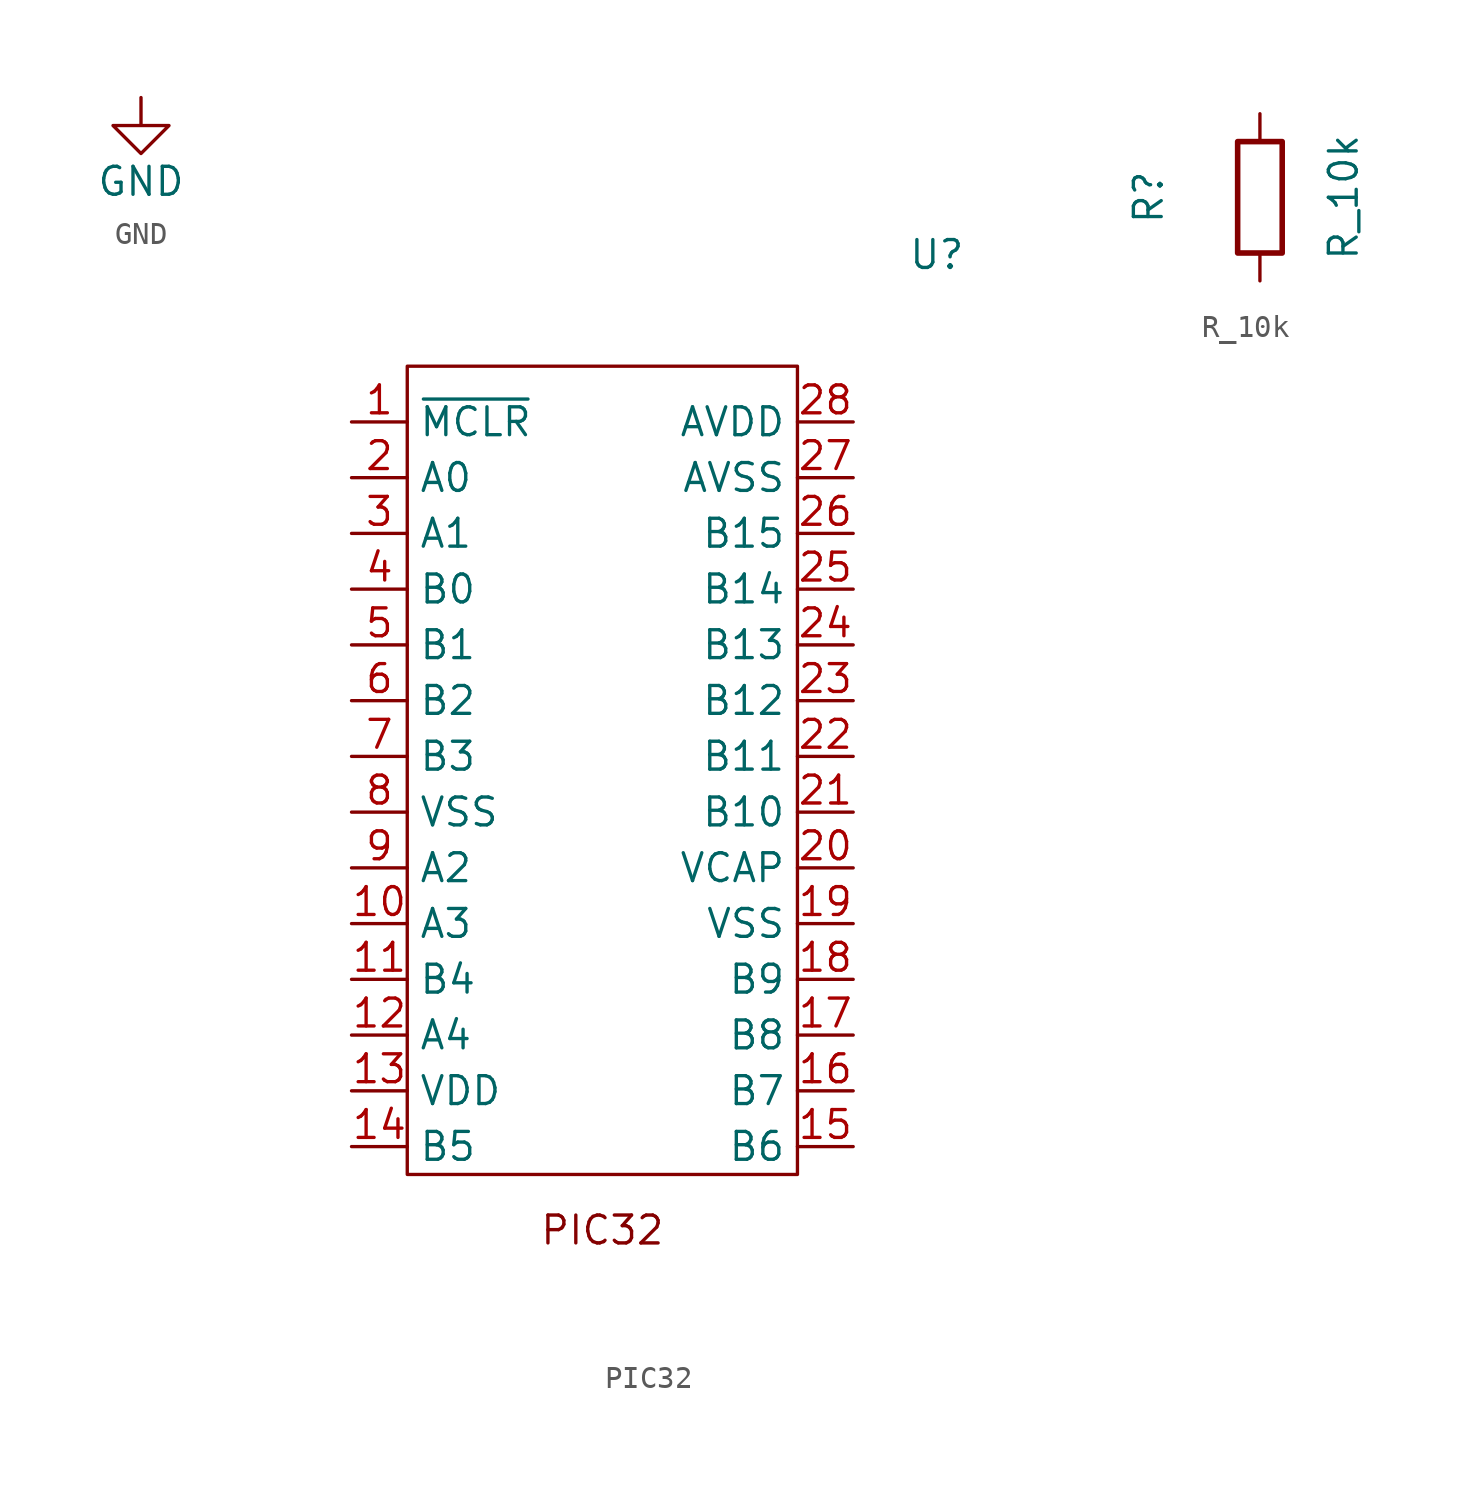
<source format=kicad_sym>
(kicad_symbol_lib
  (version 20220914)
  (generator kicad_symbol_editor)
  (symbol "GND"
    (power)
    (pin_names
      (offset 0))
    (property "Reference" "#PWR"
      (at 0 -6.35 0)
      (effects (font (size 1.27 1.27)) hide))
    (property "Value" "GND"
      (at 0 -3.81 0)
      (effects (font (size 1.27 1.27))))
    (symbol "GND_0_1"
      (polyline (pts (xy 0 0) (xy 0 -1.27) (xy 1.27 -1.27) (xy 0 -2.54) (xy -1.27 -1.27) (xy 0 -1.27)) (stroke (width 0) (type default)) (fill (type none)))))
  (symbol "PIC32"
    (property "Reference" "U"
      (at 15.24 22.86 0)
      (effects (font (size 1.27 1.27))))
    (property "Value" ""
      (at 12.7 25.4 0)
      (effects (font (size 1.27 1.27))))
    (symbol "PIC32_0_1"
      (rectangle (start -8.89 17.78) (end 8.89 -19.05) (stroke (width 0) (type default)) (fill (type none))))
    (symbol "PIC32_1_1"
      (text "PIC32" (at 0 -21.59 0) (effects (font (size 1.27 1.27))))
      (pin input line (at -11.43 15.24 0) (length 2.54) (name "~{MCLR}" (effects (font (size 1.27 1.27)))) (number "1" (effects (font (size 1.27 1.27)))))
      (pin input line (at -11.43 -7.62 0) (length 2.54) (name "A3" (effects (font (size 1.27 1.27)))) (number "10" (effects (font (size 1.27 1.27)))))
      (pin input line (at -11.43 -10.16 0) (length 2.54) (name "B4" (effects (font (size 1.27 1.27)))) (number "11" (effects (font (size 1.27 1.27)))))
      (pin input line (at -11.43 -12.7 0) (length 2.54) (name "A4" (effects (font (size 1.27 1.27)))) (number "12" (effects (font (size 1.27 1.27)))))
      (pin input line (at -11.43 -15.24 0) (length 2.54) (name "VDD" (effects (font (size 1.27 1.27)))) (number "13" (effects (font (size 1.27 1.27)))))
      (pin input line (at -11.43 -17.78 0) (length 2.54) (name "B5" (effects (font (size 1.27 1.27)))) (number "14" (effects (font (size 1.27 1.27)))))
      (pin input line (at 11.43 -17.78 180) (length 2.54) (name "B6" (effects (font (size 1.27 1.27)))) (number "15" (effects (font (size 1.27 1.27)))))
      (pin input line (at 11.43 -15.24 180) (length 2.54) (name "B7" (effects (font (size 1.27 1.27)))) (number "16" (effects (font (size 1.27 1.27)))))
      (pin input line (at 11.43 -12.7 180) (length 2.54) (name "B8" (effects (font (size 1.27 1.27)))) (number "17" (effects (font (size 1.27 1.27)))))
      (pin input line (at 11.43 -10.16 180) (length 2.54) (name "B9" (effects (font (size 1.27 1.27)))) (number "18" (effects (font (size 1.27 1.27)))))
      (pin input line (at 11.43 -7.62 180) (length 2.54) (name "VSS" (effects (font (size 1.27 1.27)))) (number "19" (effects (font (size 1.27 1.27)))))
      (pin input line (at -11.43 12.7 0) (length 2.54) (name "A0" (effects (font (size 1.27 1.27)))) (number "2" (effects (font (size 1.27 1.27)))))
      (pin input line (at 11.43 -5.08 180) (length 2.54) (name "VCAP" (effects (font (size 1.27 1.27)))) (number "20" (effects (font (size 1.27 1.27)))))
      (pin input line (at 11.43 -2.54 180) (length 2.54) (name "B10" (effects (font (size 1.27 1.27)))) (number "21" (effects (font (size 1.27 1.27)))))
      (pin input line (at 11.43 0 180) (length 2.54) (name "B11" (effects (font (size 1.27 1.27)))) (number "22" (effects (font (size 1.27 1.27)))))
      (pin input line (at 11.43 2.54 180) (length 2.54) (name "B12" (effects (font (size 1.27 1.27)))) (number "23" (effects (font (size 1.27 1.27)))))
      (pin input line (at 11.43 5.08 180) (length 2.54) (name "B13" (effects (font (size 1.27 1.27)))) (number "24" (effects (font (size 1.27 1.27)))))
      (pin input line (at 11.43 7.62 180) (length 2.54) (name "B14" (effects (font (size 1.27 1.27)))) (number "25" (effects (font (size 1.27 1.27)))))
      (pin input line (at 11.43 10.16 180) (length 2.54) (name "B15" (effects (font (size 1.27 1.27)))) (number "26" (effects (font (size 1.27 1.27)))))
      (pin input line (at 11.43 12.7 180) (length 2.54) (name "AVSS" (effects (font (size 1.27 1.27)))) (number "27" (effects (font (size 1.27 1.27)))))
      (pin input line (at 11.43 15.24 180) (length 2.54) (name "AVDD" (effects (font (size 1.27 1.27)))) (number "28" (effects (font (size 1.27 1.27)))))
      (pin input line (at -11.43 10.16 0) (length 2.54) (name "A1" (effects (font (size 1.27 1.27)))) (number "3" (effects (font (size 1.27 1.27)))))
      (pin input line (at -11.43 7.62 0) (length 2.54) (name "B0" (effects (font (size 1.27 1.27)))) (number "4" (effects (font (size 1.27 1.27)))))
      (pin input line (at -11.43 5.08 0) (length 2.54) (name "B1" (effects (font (size 1.27 1.27)))) (number "5" (effects (font (size 1.27 1.27)))))
      (pin input line (at -11.43 2.54 0) (length 2.54) (name "B2" (effects (font (size 1.27 1.27)))) (number "6" (effects (font (size 1.27 1.27)))))
      (pin input line (at -11.43 0 0) (length 2.54) (name "B3" (effects (font (size 1.27 1.27)))) (number "7" (effects (font (size 1.27 1.27)))))
      (pin input line (at -11.43 -2.54 0) (length 2.54) (name "VSS" (effects (font (size 1.27 1.27)))) (number "8" (effects (font (size 1.27 1.27)))))
      (pin input line (at -11.43 -5.08 0) (length 2.54) (name "A2" (effects (font (size 1.27 1.27)))) (number "9" (effects (font (size 1.27 1.27)))))))
  (symbol "R_10k"
    (pin_numbers hide)
    (pin_names
      (offset 0))
    (property "Reference" "R"
      (at -5.08 0 90)
      (effects (font (size 1.27 1.27))))
    (property "Value" "R_10k"
      (at 3.81 0 90)
      (effects (font (size 1.27 1.27))))
    (symbol "R_10k_0_1"
      (rectangle (start -1.016 -2.54) (end 1.016 2.54) (stroke (width 0.254) (type default)) (fill (type none))))
    (symbol "R_10k_1_1"
      (pin passive line (at 0 3.81 270) (length 1.27) (name "~" (effects (font (size 1.27 1.27)))) (number "1" (effects (font (size 1.27 1.27)))))
      (pin passive line (at 0 -3.81 90) (length 1.27) (name "~" (effects (font (size 1.27 1.27)))) (number "2" (effects (font (size 1.27 1.27))))))))
</source>
